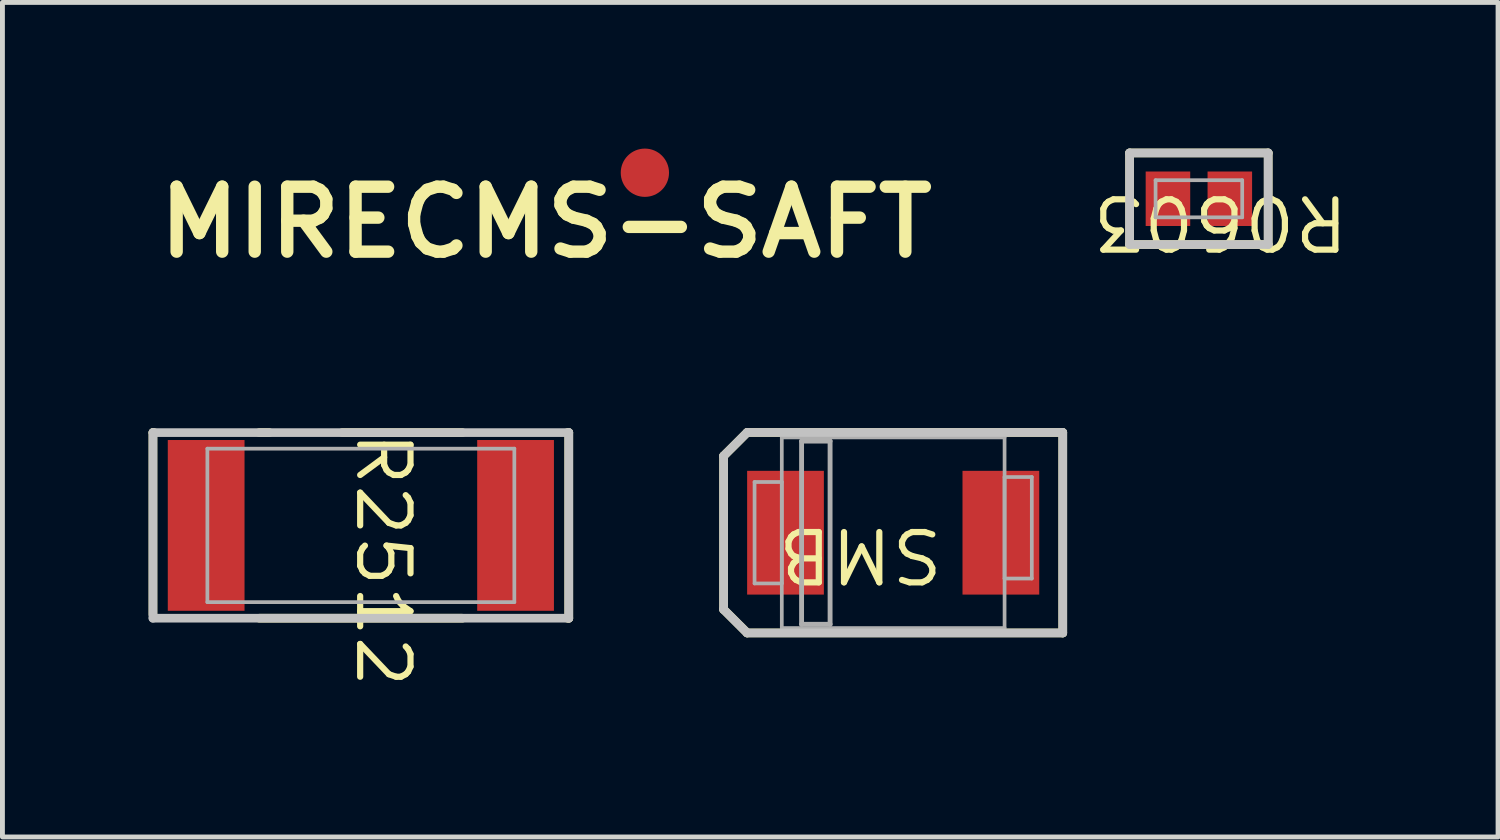
<source format=kicad_pcb>
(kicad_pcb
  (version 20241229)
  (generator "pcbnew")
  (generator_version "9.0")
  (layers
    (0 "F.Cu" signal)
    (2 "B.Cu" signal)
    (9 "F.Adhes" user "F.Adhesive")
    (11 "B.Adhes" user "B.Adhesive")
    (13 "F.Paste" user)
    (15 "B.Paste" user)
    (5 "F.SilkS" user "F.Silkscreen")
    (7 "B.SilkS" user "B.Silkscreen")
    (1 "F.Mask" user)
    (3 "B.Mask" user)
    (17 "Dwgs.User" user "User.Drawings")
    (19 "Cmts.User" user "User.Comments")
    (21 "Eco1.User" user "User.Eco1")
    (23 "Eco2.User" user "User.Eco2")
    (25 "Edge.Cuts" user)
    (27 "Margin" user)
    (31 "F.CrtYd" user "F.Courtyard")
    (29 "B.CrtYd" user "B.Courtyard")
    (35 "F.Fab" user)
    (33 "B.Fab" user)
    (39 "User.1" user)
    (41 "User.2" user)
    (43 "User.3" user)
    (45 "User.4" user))
  (footprint "SMB"
    (layer "F.Cu")
    (at 15.281 7.883)
    (property "Reference" "SMB" (at -0.673 0.457 180) (unlocked yes) (layer "F.SilkS") (effects (font (size 1.033 1.087) (thickness 0.127))))
    (attr smd)
    (fp_line (start -3.48 -1.575) (end -2.997 -2.057) (stroke (width 0.178) (type solid)) (layer "F.SilkS"))
    (fp_line (start -3.48 1.575) (end -3.48 -1.575) (stroke (width 0.178) (type solid)) (layer "F.SilkS"))
    (fp_line (start -3.48 1.575) (end -2.997 2.057) (stroke (width 0.178) (type solid)) (layer "F.SilkS"))
    (fp_line (start -2.997 -2.057) (end 3.48 -2.057) (stroke (width 0.178) (type solid)) (layer "F.SilkS"))
    (fp_line (start -2.997 2.057) (end 3.48 2.057) (stroke (width 0.178) (type solid)) (layer "F.SilkS"))
    (fp_line (start 3.48 2.057) (end 3.48 -2.057) (stroke (width 0.178) (type solid)) (layer "F.SilkS"))
    (fp_line (start -3.48 -1.575) (end -2.997 -2.057) (stroke (width 0.178) (type solid)) (layer "Dwgs.User"))
    (fp_line (start -3.48 1.575) (end -3.48 -1.575) (stroke (width 0.178) (type solid)) (layer "Dwgs.User"))
    (fp_line (start -3.48 1.575) (end -2.997 2.057) (stroke (width 0.178) (type solid)) (layer "Dwgs.User"))
    (fp_line (start -2.997 -2.057) (end 3.48 -2.057) (stroke (width 0.178) (type solid)) (layer "Dwgs.User"))
    (fp_line (start -2.997 2.057) (end 3.48 2.057) (stroke (width 0.178) (type solid)) (layer "Dwgs.User"))
    (fp_line (start 3.48 2.057) (end 3.48 -2.057) (stroke (width 0.178) (type solid)) (layer "Dwgs.User"))
    (fp_line (start -2.845 -1.041) (end -2.286 -1.041) (stroke (width 0.076) (type solid)) (layer "F.Fab"))
    (fp_line (start -2.845 1.041) (end -2.845 -1.041) (stroke (width 0.076) (type solid)) (layer "F.Fab"))
    (fp_line (start -2.845 1.041) (end -2.286 1.041) (stroke (width 0.076) (type solid)) (layer "F.Fab"))
    (fp_line (start -2.286 -1.956) (end 2.286 -1.956) (stroke (width 0.076) (type solid)) (layer "F.Fab"))
    (fp_line (start -2.286 1.041) (end -2.286 -1.041) (stroke (width 0.076) (type solid)) (layer "F.Fab"))
    (fp_line (start -2.286 1.956) (end -2.286 -1.956) (stroke (width 0.076) (type solid)) (layer "F.Fab"))
    (fp_line (start -2.286 1.956) (end 2.286 1.956) (stroke (width 0.076) (type solid)) (layer "F.Fab"))
    (fp_line (start -1.88 -1.88) (end -1.295 -1.88) (stroke (width 0.1) (type solid)) (layer "F.Fab"))
    (fp_line (start -1.88 1.88) (end -1.88 -1.88) (stroke (width 0.1) (type solid)) (layer "F.Fab"))
    (fp_line (start -1.88 1.88) (end -1.295 1.88) (stroke (width 0.1) (type solid)) (layer "F.Fab"))
    (fp_line (start -1.295 1.88) (end -1.295 -1.88) (stroke (width 0.1) (type solid)) (layer "F.Fab"))
    (fp_line (start 2.286 -1.143) (end 2.845 -1.143) (stroke (width 0.076) (type solid)) (layer "F.Fab"))
    (fp_line (start 2.286 0.94) (end 2.286 -1.143) (stroke (width 0.076) (type solid)) (layer "F.Fab"))
    (fp_line (start 2.286 0.94) (end 2.845 0.94) (stroke (width 0.076) (type solid)) (layer "F.Fab"))
    (fp_line (start 2.286 1.956) (end 2.286 -1.956) (stroke (width 0.076) (type solid)) (layer "F.Fab"))
    (fp_line (start 2.845 0.94) (end 2.845 -1.143) (stroke (width 0.076) (type solid)) (layer "F.Fab"))
    (pad "1" smd rect (at 2.21 0) (size 1.575 2.54) (layers "F.Cu" "F.Mask" "F.Paste"))
    (pad "2" smd rect (at -2.21 0) (size 1.575 2.54) (layers "F.Cu" "F.Mask" "F.Paste")))
  (footprint "R0603"
    (layer "F.Cu")
    (at 21.555 1.029)
    (property "Reference" "R0603" (at 0.445 0.483 180) (unlocked yes) (layer "F.SilkS") (effects (font (size 1.033 1.087) (thickness 0.127))))
    (attr smd)
    (fp_line (start -1.422 -0.94) (end 1.422 -0.94) (stroke (width 0.178) (type solid)) (layer "F.SilkS"))
    (fp_line (start -1.422 0.94) (end -1.422 -0.94) (stroke (width 0.178) (type solid)) (layer "F.SilkS"))
    (fp_line (start -1.422 0.94) (end 1.422 0.94) (stroke (width 0.178) (type solid)) (layer "F.SilkS"))
    (fp_line (start 1.422 0.94) (end 1.422 -0.94) (stroke (width 0.178) (type solid)) (layer "F.SilkS"))
    (fp_line (start -1.422 -0.94) (end 1.422 -0.94) (stroke (width 0.178) (type solid)) (layer "Dwgs.User"))
    (fp_line (start -1.422 0.94) (end -1.422 -0.94) (stroke (width 0.178) (type solid)) (layer "Dwgs.User"))
    (fp_line (start -1.422 0.94) (end 1.422 0.94) (stroke (width 0.178) (type solid)) (layer "Dwgs.User"))
    (fp_line (start 1.422 0.94) (end 1.422 -0.94) (stroke (width 0.178) (type solid)) (layer "Dwgs.User"))
    (fp_line (start -0.889 -0.381) (end 0.889 -0.381) (stroke (width 0.076) (type solid)) (layer "F.Fab"))
    (fp_line (start -0.889 0.381) (end -0.889 -0.381) (stroke (width 0.076) (type solid)) (layer "F.Fab"))
    (fp_line (start -0.889 0.381) (end 0.889 0.381) (stroke (width 0.076) (type solid)) (layer "F.Fab"))
    (fp_line (start 0.889 0.381) (end 0.889 -0.381) (stroke (width 0.076) (type solid)) (layer "F.Fab"))
    (pad "1" smd rect (at -0.635 0) (size 0.914 1.118) (layers "F.Cu" "F.Mask" "F.Paste"))
    (pad "2" smd rect (at 0.635 0) (size 0.914 1.118) (layers "F.Cu" "F.Mask" "F.Paste")))
  (footprint "R2512"
    (layer "F.Cu")
    (at 4.356 7.733)
    (property "Reference" "R2512" (at 0.457 0.699 270) (unlocked yes) (layer "F.SilkS") (effects (font (size 1.033 1.087) (thickness 0.127))))
    (attr smd)
    (fp_line (start -4.267 -1.905) (end -4.242 -1.905) (stroke (width 0.178) (type solid)) (layer "F.SilkS"))
    (fp_line (start -4.267 1.829) (end -4.267 -1.905) (stroke (width 0.178) (type solid)) (layer "F.SilkS"))
    (fp_line (start -2.083 -1.905) (end -1.88 -1.905) (stroke (width 0.178) (type solid)) (layer "F.SilkS"))
    (fp_line (start -2.083 1.905) (end 2.083 1.905) (stroke (width 0.178) (type solid)) (layer "F.SilkS"))
    (fp_line (start -0.381 -1.905) (end 2.083 -1.905) (stroke (width 0.178) (type solid)) (layer "F.SilkS"))
    (fp_line (start 4.242 -1.905) (end 4.267 -1.905) (stroke (width 0.178) (type solid)) (layer "F.SilkS"))
    (fp_line (start 4.242 1.905) (end 4.267 1.905) (stroke (width 0.178) (type solid)) (layer "F.SilkS"))
    (fp_line (start 4.267 1.905) (end 4.267 -1.905) (stroke (width 0.178) (type solid)) (layer "F.SilkS"))
    (fp_line (start -4.267 -1.905) (end 4.267 -1.905) (stroke (width 0.178) (type solid)) (layer "Dwgs.User"))
    (fp_line (start -4.267 1.905) (end -4.267 -1.905) (stroke (width 0.178) (type solid)) (layer "Dwgs.User"))
    (fp_line (start -4.267 1.905) (end 4.267 1.905) (stroke (width 0.178) (type solid)) (layer "Dwgs.User"))
    (fp_line (start 4.267 1.905) (end 4.267 -1.905) (stroke (width 0.178) (type solid)) (layer "Dwgs.User"))
    (fp_line (start -3.15 -1.575) (end 3.15 -1.575) (stroke (width 0.076) (type solid)) (layer "F.Fab"))
    (fp_line (start -3.15 1.575) (end -3.15 -1.575) (stroke (width 0.076) (type solid)) (layer "F.Fab"))
    (fp_line (start -3.15 1.575) (end 3.15 1.575) (stroke (width 0.076) (type solid)) (layer "F.Fab"))
    (fp_line (start 3.15 1.575) (end 3.15 -1.575) (stroke (width 0.076) (type solid)) (layer "F.Fab"))
    (pad "1" smd rect (at -3.175 0) (size 1.575 3.505) (layers "F.Cu" "F.Mask" "F.Paste"))
    (pad "2" smd rect (at 3.175 0) (size 1.575 3.505) (layers "F.Cu" "F.Mask" "F.Paste")))
  (footprint "MIRECMS-SAFT"
    (layer "F.Cu")
    (at 10.185 0.495)
    (property "Reference" "MIRECMS-SAFT" (at -2.032 1.016 0) (unlocked yes) (layer "F.SilkS") (effects (font (size 1.333 1.402) (thickness 0.254))))
    (attr smd)
    (pad "1" smd circle (at 0 0 180) (size 0.991 0.991) (layers "F.Cu" "F.Mask" "F.Paste")))
  (gr_rect
    (start -3 -3)
    (end 27.695 14.127)
    (stroke (width 0.1) (type default))
    (fill no)
    (layer "Edge.Cuts")))
</source>
